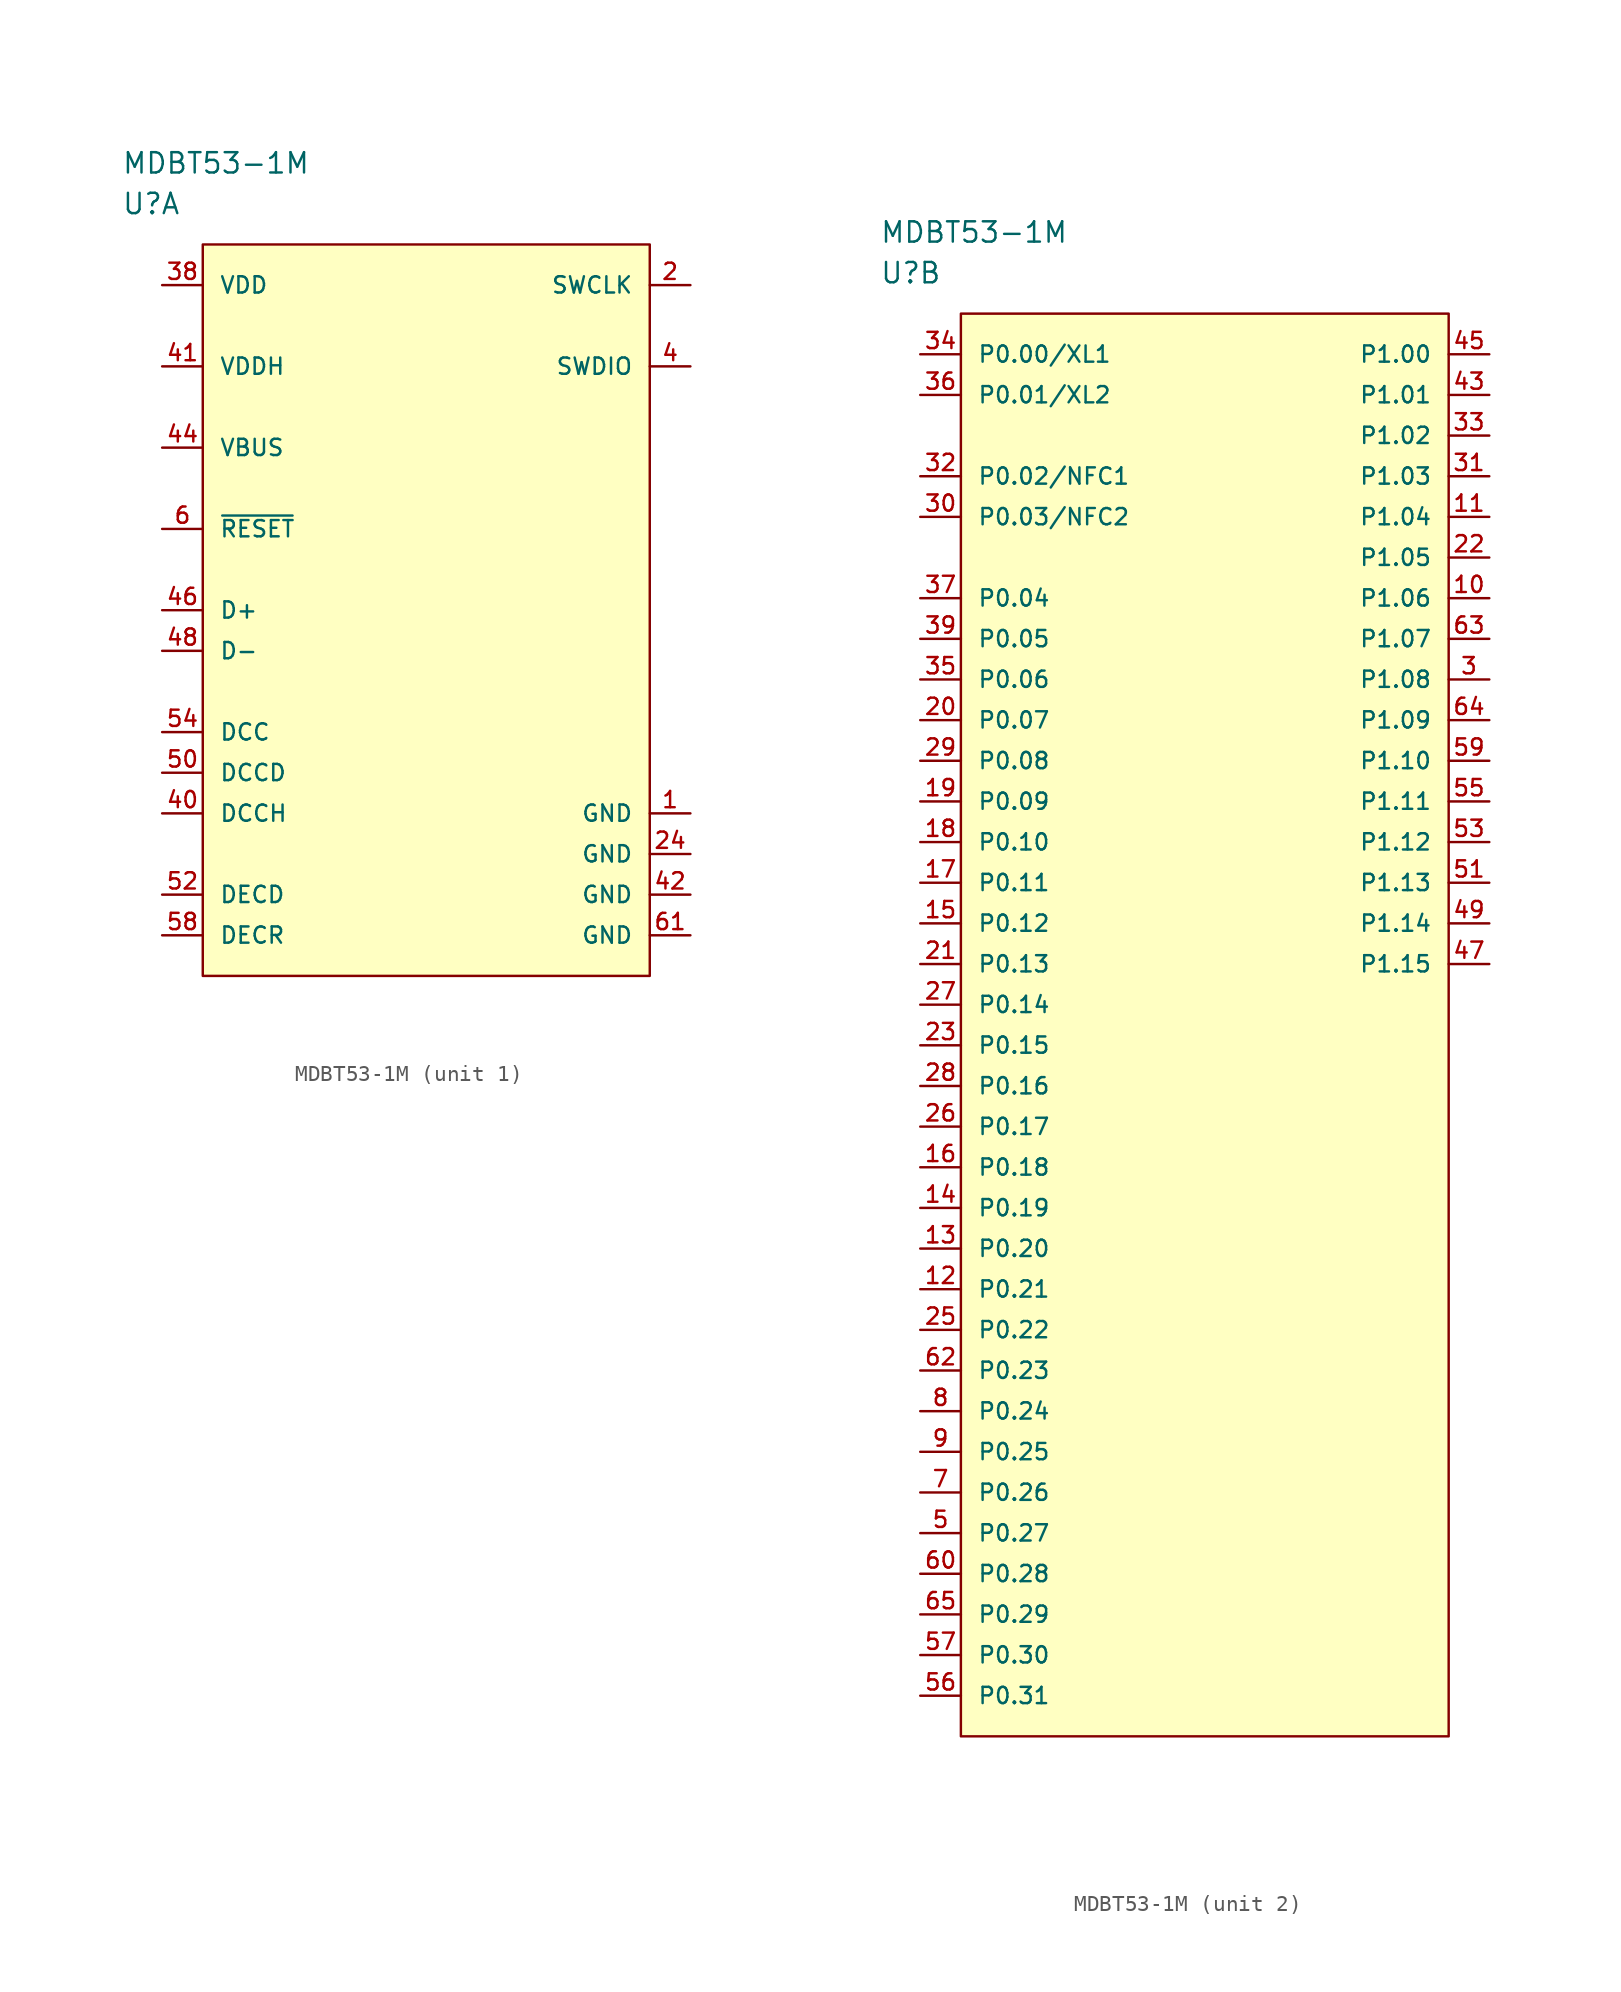
<source format=kicad_sym>
(kicad_symbol_lib
  (version 20231120)
  (generator "kicad_symbol_editor")
  (generator_version "8.0")
  (symbol "MDBT53-1M"
    (pin_names
      (offset 1.016))
    (property "Reference" "U"
      (at 0 5.08 0)
      (effects (font (size 1.27 1.27)) (justify left)))
    (property "Value" "MDBT53-1M"
      (at 0 7.62 0)
      (effects (font (size 1.27 1.27)) (justify left)))
    (property "ki_locked" ""
      (at 0 0 0)
      (effects (font (size 1.27 1.27))))
    (symbol "MDBT53-1M_1_1"
      (rectangle (start 5.08 2.54) (end 33.02 -43.18) (stroke (width 0) (type solid)) (fill (type background)))
      (pin power_in line (at 35.56 -33.02 180) (length 2.54) (name "GND" (effects (font (size 1.016 1.016)))) (number "1" (effects (font (size 1.016 1.016)))))
      (pin input line (at 35.56 0 180) (length 2.54) (name "SWCLK" (effects (font (size 1.016 1.016)))) (number "2" (effects (font (size 1.016 1.016)))))
      (pin power_in line (at 35.56 -35.56 180) (length 2.54) (name "GND" (effects (font (size 1.016 1.016)))) (number "24" (effects (font (size 1.016 1.016)))))
      (pin power_in line (at 2.54 0 0) (length 2.54) (name "VDD" (effects (font (size 1.016 1.016)))) (number "38" (effects (font (size 1.016 1.016)))))
      (pin input line (at 35.56 -5.08 180) (length 2.54) (name "SWDIO" (effects (font (size 1.016 1.016)))) (number "4" (effects (font (size 1.016 1.016)))))
      (pin input line (at 2.54 -33.02 0) (length 2.54) (name "DCCH" (effects (font (size 1.016 1.016)))) (number "40" (effects (font (size 1.016 1.016)))))
      (pin power_in line (at 2.54 -5.08 0) (length 2.54) (name "VDDH" (effects (font (size 1.016 1.016)))) (number "41" (effects (font (size 1.016 1.016)))))
      (pin power_in line (at 35.56 -38.1 180) (length 2.54) (name "GND" (effects (font (size 1.016 1.016)))) (number "42" (effects (font (size 1.016 1.016)))))
      (pin power_in line (at 2.54 -10.16 0) (length 2.54) (name "VBUS" (effects (font (size 1.016 1.016)))) (number "44" (effects (font (size 1.016 1.016)))))
      (pin passive line (at 2.54 -20.32 0) (length 2.54) (name "D+" (effects (font (size 1.016 1.016)))) (number "46" (effects (font (size 1.016 1.016)))))
      (pin passive line (at 2.54 -22.86 0) (length 2.54) (name "D-" (effects (font (size 1.016 1.016)))) (number "48" (effects (font (size 1.016 1.016)))))
      (pin input line (at 2.54 -30.48 0) (length 2.54) (name "DCCD" (effects (font (size 1.016 1.016)))) (number "50" (effects (font (size 1.016 1.016)))))
      (pin passive line (at 2.54 -38.1 0) (length 2.54) (name "DECD" (effects (font (size 1.016 1.016)))) (number "52" (effects (font (size 1.016 1.016)))))
      (pin passive line (at 2.54 -27.94 0) (length 2.54) (name "DCC" (effects (font (size 1.016 1.016)))) (number "54" (effects (font (size 1.016 1.016)))))
      (pin passive line (at 2.54 -40.64 0) (length 2.54) (name "DECR" (effects (font (size 1.016 1.016)))) (number "58" (effects (font (size 1.016 1.016)))))
      (pin input line (at 2.54 -15.24 0) (length 2.54) (name "~{RESET}" (effects (font (size 1.016 1.016)))) (number "6" (effects (font (size 1.016 1.016)))))
      (pin power_in line (at 35.56 -40.64 180) (length 2.54) (name "GND" (effects (font (size 1.016 1.016)))) (number "61" (effects (font (size 1.016 1.016))))))
    (symbol "MDBT53-1M_2_1"
      (rectangle (start 5.08 2.54) (end 35.56 -86.36) (stroke (width 0) (type solid)) (fill (type background)))
      (pin bidirectional line (at 38.1 -15.24 180) (length 2.54) (name "P1.06" (effects (font (size 1.016 1.016)))) (number "10" (effects (font (size 1.016 1.016)))))
      (pin bidirectional line (at 38.1 -10.16 180) (length 2.54) (name "P1.04" (effects (font (size 1.016 1.016)))) (number "11" (effects (font (size 1.016 1.016)))))
      (pin bidirectional line (at 2.54 -58.42 0) (length 2.54) (name "P0.21" (effects (font (size 1.016 1.016)))) (number "12" (effects (font (size 1.016 1.016)))))
      (pin bidirectional line (at 2.54 -55.88 0) (length 2.54) (name "P0.20" (effects (font (size 1.016 1.016)))) (number "13" (effects (font (size 1.016 1.016)))))
      (pin bidirectional line (at 2.54 -53.34 0) (length 2.54) (name "P0.19" (effects (font (size 1.016 1.016)))) (number "14" (effects (font (size 1.016 1.016)))))
      (pin bidirectional line (at 2.54 -35.56 0) (length 2.54) (name "P0.12" (effects (font (size 1.016 1.016)))) (number "15" (effects (font (size 1.016 1.016)))))
      (pin bidirectional line (at 2.54 -50.8 0) (length 2.54) (name "P0.18" (effects (font (size 1.016 1.016)))) (number "16" (effects (font (size 1.016 1.016)))))
      (pin bidirectional line (at 2.54 -33.02 0) (length 2.54) (name "P0.11" (effects (font (size 1.016 1.016)))) (number "17" (effects (font (size 1.016 1.016)))))
      (pin bidirectional line (at 2.54 -30.48 0) (length 2.54) (name "P0.10" (effects (font (size 1.016 1.016)))) (number "18" (effects (font (size 1.016 1.016)))))
      (pin bidirectional line (at 2.54 -27.94 0) (length 2.54) (name "P0.09" (effects (font (size 1.016 1.016)))) (number "19" (effects (font (size 1.016 1.016)))))
      (pin bidirectional line (at 2.54 -22.86 0) (length 2.54) (name "P0.07" (effects (font (size 1.016 1.016)))) (number "20" (effects (font (size 1.016 1.016)))))
      (pin bidirectional line (at 2.54 -38.1 0) (length 2.54) (name "P0.13" (effects (font (size 1.016 1.016)))) (number "21" (effects (font (size 1.016 1.016)))))
      (pin bidirectional line (at 38.1 -12.7 180) (length 2.54) (name "P1.05" (effects (font (size 1.016 1.016)))) (number "22" (effects (font (size 1.016 1.016)))))
      (pin bidirectional line (at 2.54 -43.18 0) (length 2.54) (name "P0.15" (effects (font (size 1.016 1.016)))) (number "23" (effects (font (size 1.016 1.016)))))
      (pin bidirectional line (at 2.54 -60.96 0) (length 2.54) (name "P0.22" (effects (font (size 1.016 1.016)))) (number "25" (effects (font (size 1.016 1.016)))))
      (pin bidirectional line (at 2.54 -48.26 0) (length 2.54) (name "P0.17" (effects (font (size 1.016 1.016)))) (number "26" (effects (font (size 1.016 1.016)))))
      (pin bidirectional line (at 2.54 -40.64 0) (length 2.54) (name "P0.14" (effects (font (size 1.016 1.016)))) (number "27" (effects (font (size 1.016 1.016)))))
      (pin bidirectional line (at 2.54 -45.72 0) (length 2.54) (name "P0.16" (effects (font (size 1.016 1.016)))) (number "28" (effects (font (size 1.016 1.016)))))
      (pin bidirectional line (at 2.54 -25.4 0) (length 2.54) (name "P0.08" (effects (font (size 1.016 1.016)))) (number "29" (effects (font (size 1.016 1.016)))))
      (pin bidirectional line (at 38.1 -20.32 180) (length 2.54) (name "P1.08" (effects (font (size 1.016 1.016)))) (number "3" (effects (font (size 1.016 1.016)))))
      (pin bidirectional line (at 2.54 -10.16 0) (length 2.54) (name "P0.03/NFC2" (effects (font (size 1.016 1.016)))) (number "30" (effects (font (size 1.016 1.016)))))
      (pin bidirectional line (at 38.1 -7.62 180) (length 2.54) (name "P1.03" (effects (font (size 1.016 1.016)))) (number "31" (effects (font (size 1.016 1.016)))))
      (pin bidirectional line (at 2.54 -7.62 0) (length 2.54) (name "P0.02/NFC1" (effects (font (size 1.016 1.016)))) (number "32" (effects (font (size 1.016 1.016)))))
      (pin bidirectional line (at 38.1 -5.08 180) (length 2.54) (name "P1.02" (effects (font (size 1.016 1.016)))) (number "33" (effects (font (size 1.016 1.016)))))
      (pin bidirectional line (at 2.54 0 0) (length 2.54) (name "P0.00/XL1" (effects (font (size 1.016 1.016)))) (number "34" (effects (font (size 1.016 1.016)))))
      (pin bidirectional line (at 2.54 -20.32 0) (length 2.54) (name "P0.06" (effects (font (size 1.016 1.016)))) (number "35" (effects (font (size 1.016 1.016)))))
      (pin bidirectional line (at 2.54 -2.54 0) (length 2.54) (name "P0.01/XL2" (effects (font (size 1.016 1.016)))) (number "36" (effects (font (size 1.016 1.016)))))
      (pin bidirectional line (at 2.54 -15.24 0) (length 2.54) (name "P0.04" (effects (font (size 1.016 1.016)))) (number "37" (effects (font (size 1.016 1.016)))))
      (pin bidirectional line (at 2.54 -17.78 0) (length 2.54) (name "P0.05" (effects (font (size 1.016 1.016)))) (number "39" (effects (font (size 1.016 1.016)))))
      (pin bidirectional line (at 38.1 -2.54 180) (length 2.54) (name "P1.01" (effects (font (size 1.016 1.016)))) (number "43" (effects (font (size 1.016 1.016)))))
      (pin bidirectional line (at 38.1 0 180) (length 2.54) (name "P1.00" (effects (font (size 1.016 1.016)))) (number "45" (effects (font (size 1.016 1.016)))))
      (pin bidirectional line (at 38.1 -38.1 180) (length 2.54) (name "P1.15" (effects (font (size 1.016 1.016)))) (number "47" (effects (font (size 1.016 1.016)))))
      (pin bidirectional line (at 38.1 -35.56 180) (length 2.54) (name "P1.14" (effects (font (size 1.016 1.016)))) (number "49" (effects (font (size 1.016 1.016)))))
      (pin bidirectional line (at 2.54 -73.66 0) (length 2.54) (name "P0.27" (effects (font (size 1.016 1.016)))) (number "5" (effects (font (size 1.016 1.016)))))
      (pin bidirectional line (at 38.1 -33.02 180) (length 2.54) (name "P1.13" (effects (font (size 1.016 1.016)))) (number "51" (effects (font (size 1.016 1.016)))))
      (pin bidirectional line (at 38.1 -30.48 180) (length 2.54) (name "P1.12" (effects (font (size 1.016 1.016)))) (number "53" (effects (font (size 1.016 1.016)))))
      (pin bidirectional line (at 38.1 -27.94 180) (length 2.54) (name "P1.11" (effects (font (size 1.016 1.016)))) (number "55" (effects (font (size 1.016 1.016)))))
      (pin bidirectional line (at 2.54 -83.82 0) (length 2.54) (name "P0.31" (effects (font (size 1.016 1.016)))) (number "56" (effects (font (size 1.016 1.016)))))
      (pin bidirectional line (at 2.54 -81.28 0) (length 2.54) (name "P0.30" (effects (font (size 1.016 1.016)))) (number "57" (effects (font (size 1.016 1.016)))))
      (pin bidirectional line (at 38.1 -25.4 180) (length 2.54) (name "P1.10" (effects (font (size 1.016 1.016)))) (number "59" (effects (font (size 1.016 1.016)))))
      (pin bidirectional line (at 2.54 -76.2 0) (length 2.54) (name "P0.28" (effects (font (size 1.016 1.016)))) (number "60" (effects (font (size 1.016 1.016)))))
      (pin bidirectional line (at 2.54 -63.5 0) (length 2.54) (name "P0.23" (effects (font (size 1.016 1.016)))) (number "62" (effects (font (size 1.016 1.016)))))
      (pin bidirectional line (at 38.1 -17.78 180) (length 2.54) (name "P1.07" (effects (font (size 1.016 1.016)))) (number "63" (effects (font (size 1.016 1.016)))))
      (pin bidirectional line (at 38.1 -22.86 180) (length 2.54) (name "P1.09" (effects (font (size 1.016 1.016)))) (number "64" (effects (font (size 1.016 1.016)))))
      (pin bidirectional line (at 2.54 -78.74 0) (length 2.54) (name "P0.29" (effects (font (size 1.016 1.016)))) (number "65" (effects (font (size 1.016 1.016)))))
      (pin bidirectional line (at 2.54 -71.12 0) (length 2.54) (name "P0.26" (effects (font (size 1.016 1.016)))) (number "7" (effects (font (size 1.016 1.016)))))
      (pin bidirectional line (at 2.54 -66.04 0) (length 2.54) (name "P0.24" (effects (font (size 1.016 1.016)))) (number "8" (effects (font (size 1.016 1.016)))))
      (pin bidirectional line (at 2.54 -68.58 0) (length 2.54) (name "P0.25" (effects (font (size 1.016 1.016)))) (number "9" (effects (font (size 1.016 1.016))))))))
</source>
